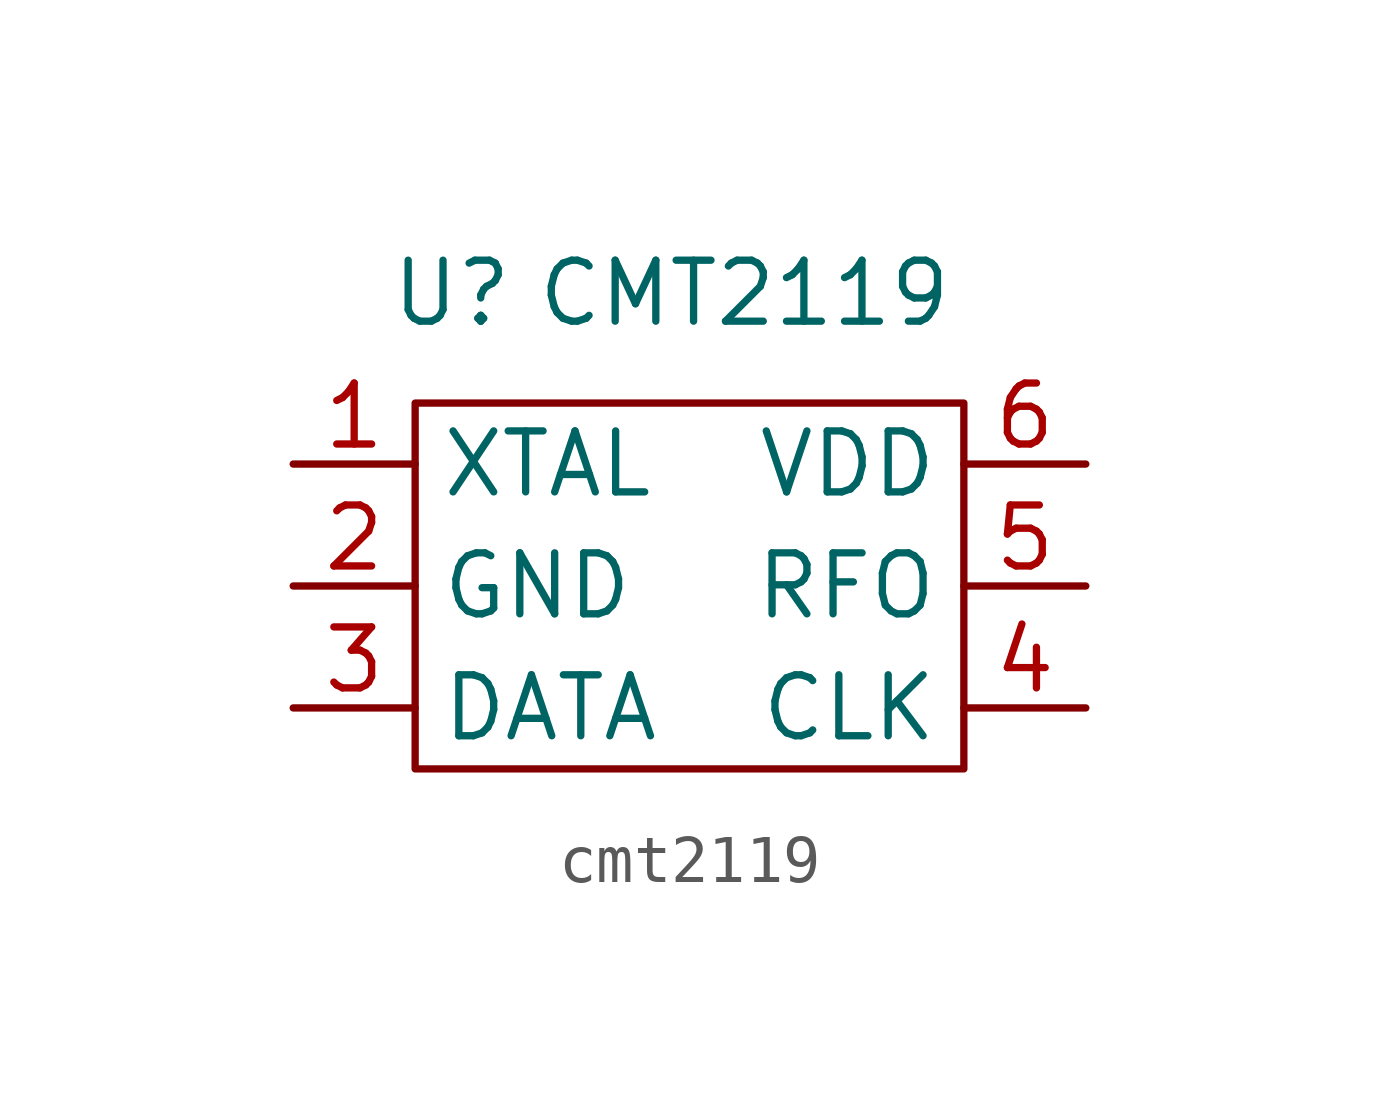
<source format=kicad_sym>
(kicad_symbol_lib
  (version 20231120)
  (generator "kicad_symbol_editor")
  (generator_version "8.0")
  (symbol "cmt2119"
    (property "Reference" "U"
      (at -5.588 6.096 0)
      (effects (font (size 1.27 1.27))))
    (property "Value" "CMT2119"
      (at 0.508 6.096 0)
      (effects (font (size 1.27 1.27))))
    (symbol "cmt2119_0_1"
      (rectangle (start -6.35 3.81) (end 5.08 -3.81) (stroke (width 0) (type default)) (fill (type none))))
    (symbol "cmt2119_1_1"
      (pin input line (at -8.89 2.54 0) (length 2.54) (name "XTAL" (effects (font (size 1.27 1.27)))) (number "1" (effects (font (size 1.27 1.27)))))
      (pin power_in line (at -8.89 0 0) (length 2.54) (name "GND" (effects (font (size 1.27 1.27)))) (number "2" (effects (font (size 1.27 1.27)))))
      (pin input line (at -8.89 -2.54 0) (length 2.54) (name "DATA" (effects (font (size 1.27 1.27)))) (number "3" (effects (font (size 1.27 1.27)))))
      (pin input line (at 7.62 -2.54 180) (length 2.54) (name "CLK" (effects (font (size 1.27 1.27)))) (number "4" (effects (font (size 1.27 1.27)))))
      (pin output line (at 7.62 0 180) (length 2.54) (name "RFO" (effects (font (size 1.27 1.27)))) (number "5" (effects (font (size 1.27 1.27)))))
      (pin power_in line (at 7.62 2.54 180) (length 2.54) (name "VDD" (effects (font (size 1.27 1.27)))) (number "6" (effects (font (size 1.27 1.27))))))))
</source>
